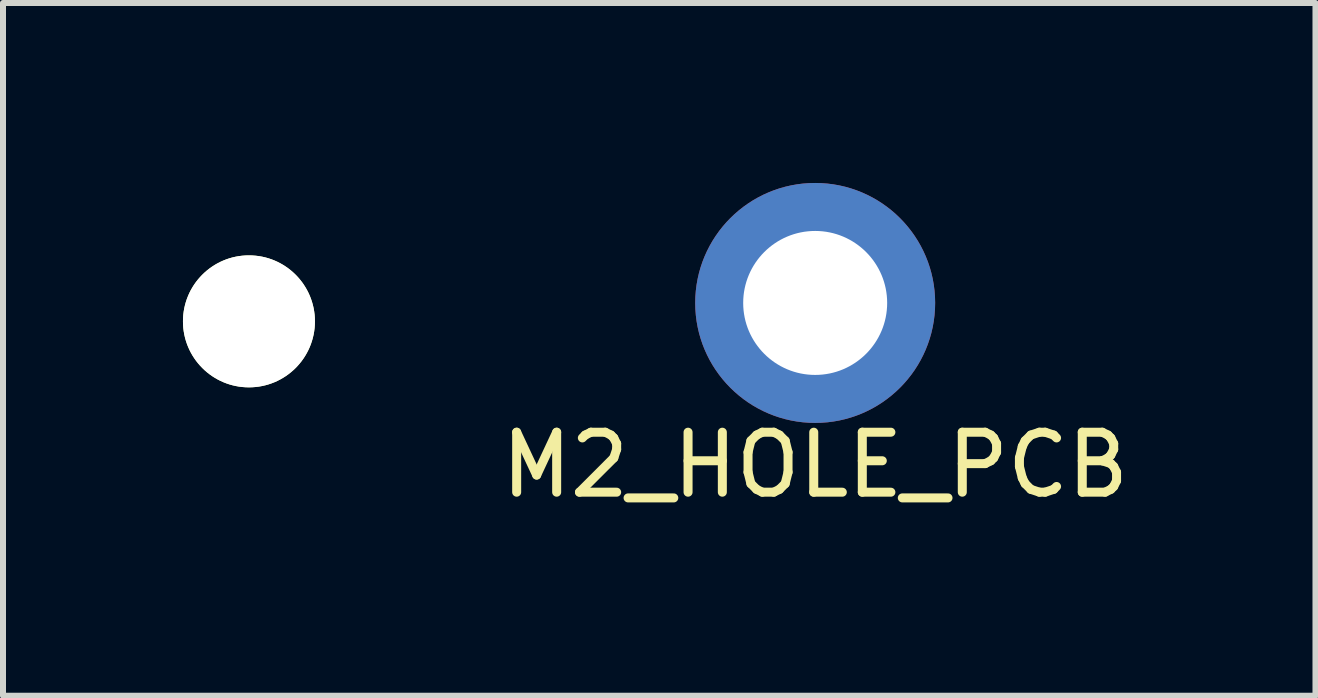
<source format=kicad_pcb>
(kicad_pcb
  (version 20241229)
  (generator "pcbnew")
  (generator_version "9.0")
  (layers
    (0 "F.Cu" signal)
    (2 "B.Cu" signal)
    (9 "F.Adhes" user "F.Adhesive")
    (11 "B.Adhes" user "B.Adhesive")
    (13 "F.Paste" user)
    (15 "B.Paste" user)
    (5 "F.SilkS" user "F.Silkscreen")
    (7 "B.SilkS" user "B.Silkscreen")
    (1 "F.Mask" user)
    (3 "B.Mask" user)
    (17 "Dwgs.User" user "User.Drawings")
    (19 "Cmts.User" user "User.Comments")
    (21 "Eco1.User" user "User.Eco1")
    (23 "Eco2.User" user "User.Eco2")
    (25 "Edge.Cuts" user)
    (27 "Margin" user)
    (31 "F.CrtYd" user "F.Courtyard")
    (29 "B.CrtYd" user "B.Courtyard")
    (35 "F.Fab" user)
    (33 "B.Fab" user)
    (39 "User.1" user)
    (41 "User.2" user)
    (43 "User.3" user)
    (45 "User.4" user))
  (footprint "M2_HOLE_PCB"
    (layer "F.Cu")
    (at 10.539 2)
    (property "Reference" "M2_HOLE_PCB" (at 0 2.7 0) (layer "F.SilkS") (effects (font (size 1 1) (thickness 0.15))))
    (attr through_hole)
    (pad "" thru_hole circle (at 0 0) (size 4 4) (drill 2.4) (layers "*.Cu" "*.Mask")))
  (footprint "HOLE_M2"
    (layer "F.Cu")
    (at 1.1 2.307)
    (property "Reference" "HOLE_M2" (at 0 -2 0) (layer "Eco2.User") (effects (font (size 0.3 0.3) (thickness 0.075))))
    (attr through_hole)
    (pad "" np_thru_hole circle (at 0 0) (size 2.2 2.2) (drill 2.2) (layers "*.Cu" "*.Mask" "F.SilkS")))
  (gr_rect
    (start -3 -3)
    (end 18.879 8.548)
    (stroke (width 0.1) (type default))
    (fill no)
    (layer "Edge.Cuts")))
</source>
